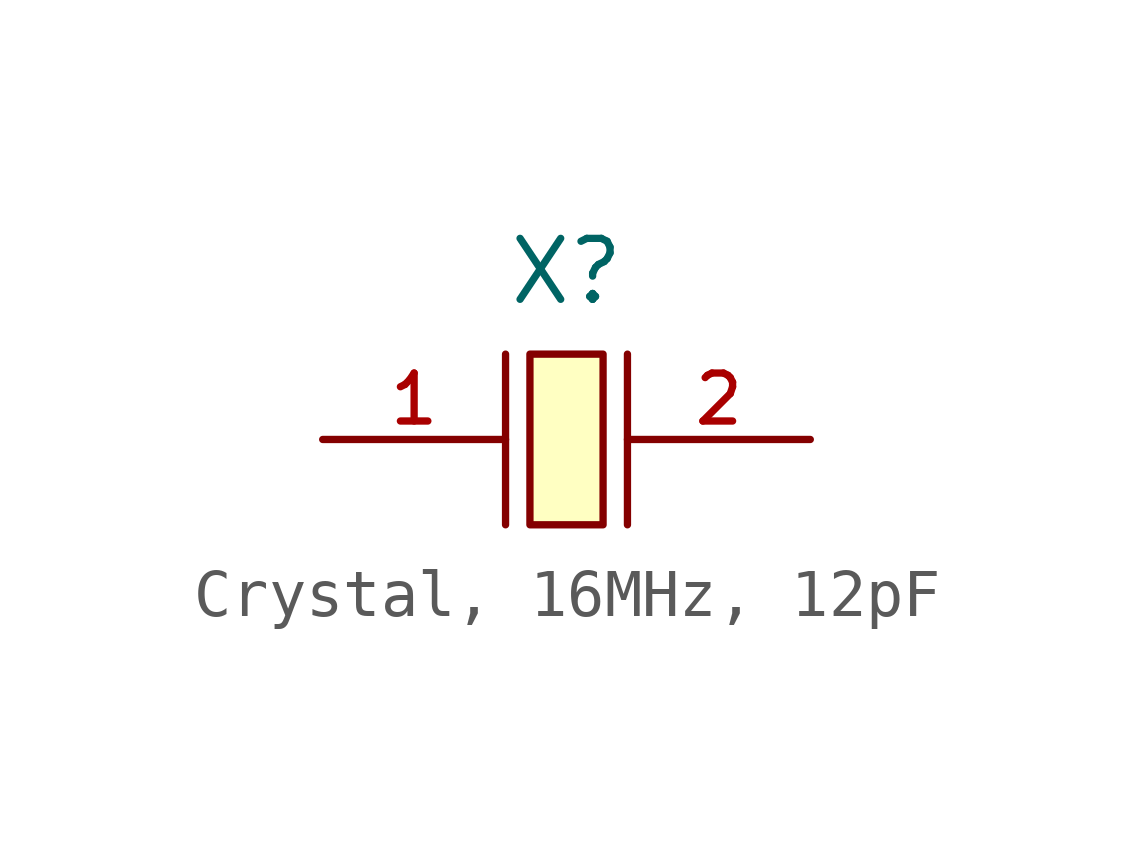
<source format=kicad_sym>
(kicad_symbol_lib
  (version 20231120)
  (generator "CDFER_Archive_Tool")
  (generator_version "0.0")
  (symbol "Crystal, 16MHz, 12pF"
    (property "Reference" "X"
      (at 0 3.5 0)
      (effects (font (size 1.27 1.27))))
    (symbol "Crystal, 16MHz, 12pF_0_1"
      (polyline (pts (xy -1.27 -1.778) (xy -1.27 1.778)) (stroke (width 0) (type default)) (fill (type none)))
      (polyline (pts (xy 1.27 -1.778) (xy 1.27 1.778)) (stroke (width 0) (type default)) (fill (type none)))
      (pin unspecified line (at -5.08 0 0) (length 3.81) (name "" (effects (font (size 1 1)))) (number "1" (effects (font (size 1 1)))))
      (pin unspecified line (at 5.08 0 180) (length 3.81) (name "" (effects (font (size 1 1)))) (number "2" (effects (font (size 1 1))))))
    (symbol "Crystal, 16MHz, 12pF_1_1"
      (polyline (pts (xy 0.762 1.778) (xy 0.762 -1.778) (xy -0.762 -1.778) (xy -0.762 1.778) (xy 0.762 1.778)) (stroke (width 0) (type default)) (fill (type background))))))
</source>
